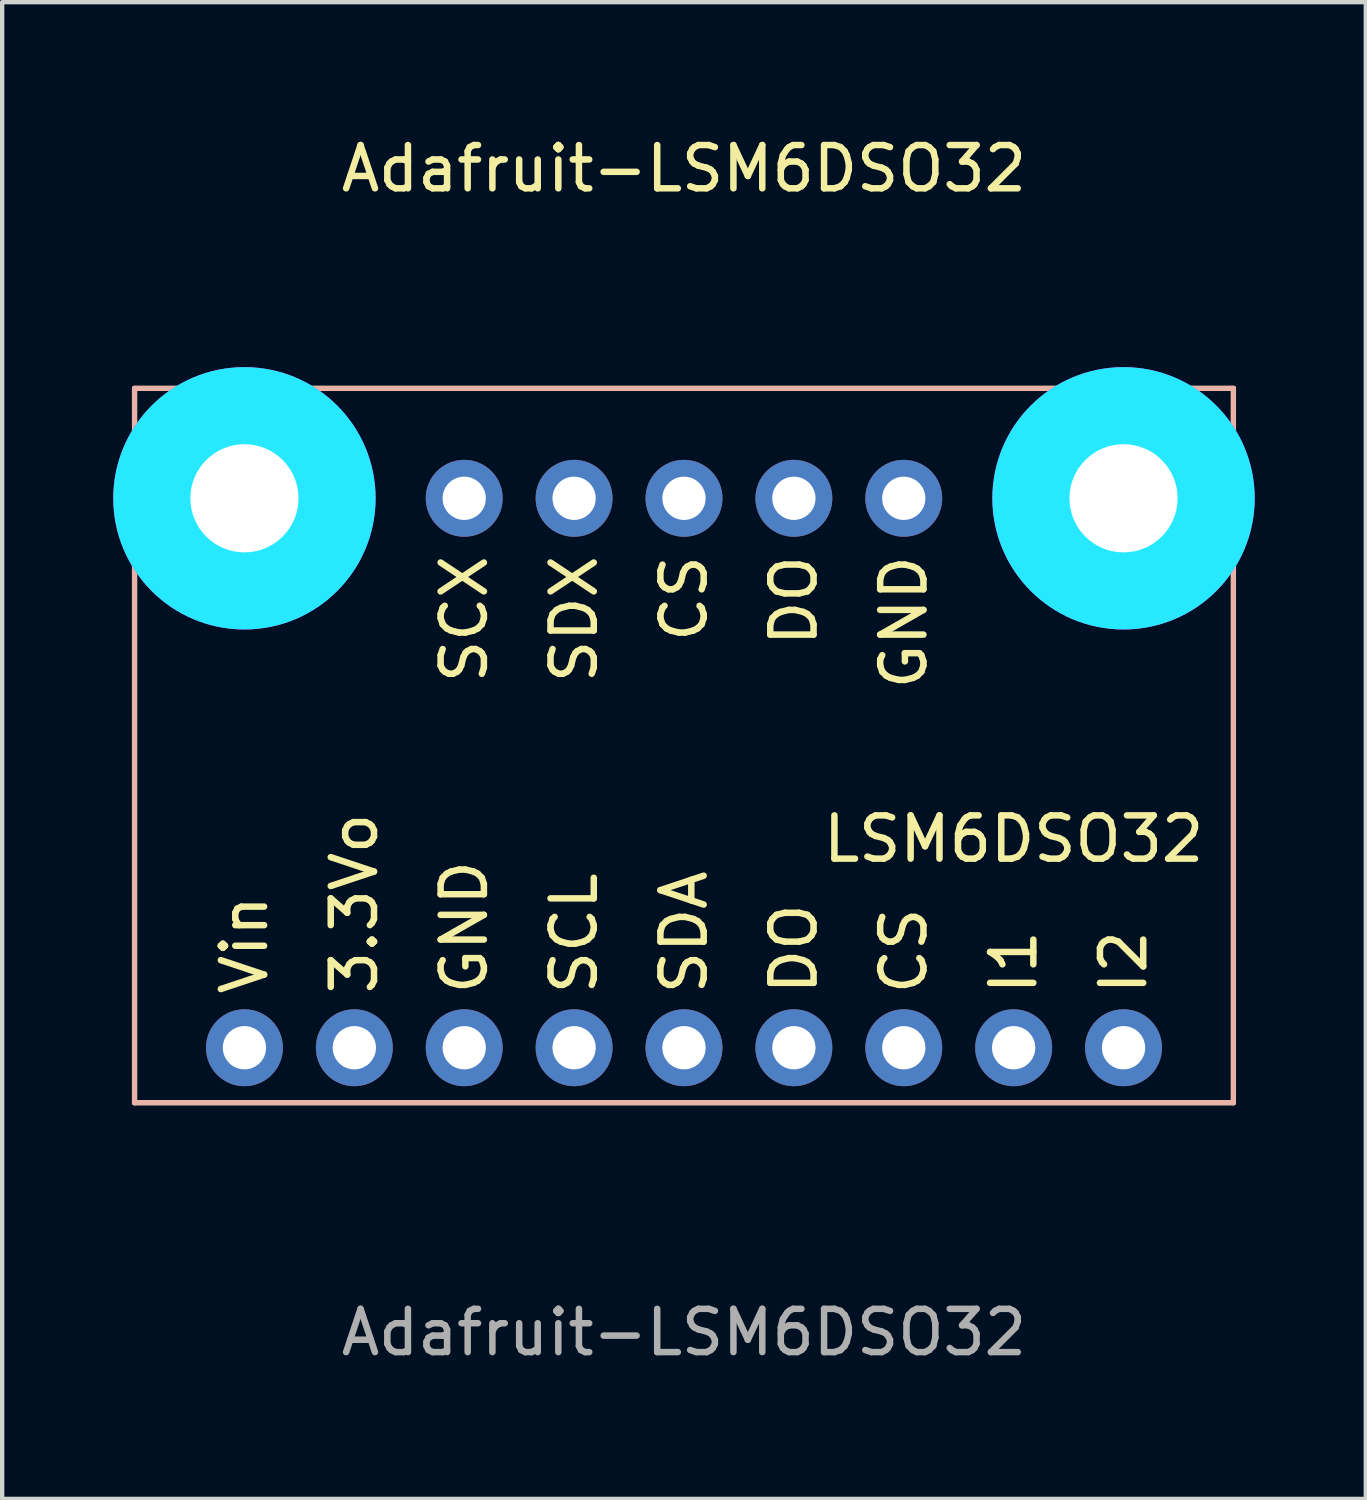
<source format=kicad_pcb>
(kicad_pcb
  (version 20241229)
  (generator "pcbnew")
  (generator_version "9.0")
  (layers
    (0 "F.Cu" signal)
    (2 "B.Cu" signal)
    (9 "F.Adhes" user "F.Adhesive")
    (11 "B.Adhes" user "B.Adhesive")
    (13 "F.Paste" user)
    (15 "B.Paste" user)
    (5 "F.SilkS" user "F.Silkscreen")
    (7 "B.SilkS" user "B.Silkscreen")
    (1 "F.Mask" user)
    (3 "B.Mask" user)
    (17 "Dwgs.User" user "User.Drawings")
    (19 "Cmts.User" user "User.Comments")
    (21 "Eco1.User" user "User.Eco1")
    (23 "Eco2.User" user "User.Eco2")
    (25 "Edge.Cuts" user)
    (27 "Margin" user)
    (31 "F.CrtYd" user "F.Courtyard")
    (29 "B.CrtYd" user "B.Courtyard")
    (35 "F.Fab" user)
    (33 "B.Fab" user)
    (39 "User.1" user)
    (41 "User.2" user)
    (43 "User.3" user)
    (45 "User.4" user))
  (footprint "Adafruit-LSM6DSO32"
    (layer "F.Cu")
    (at 12.76 14.818)
    (property "Reference" "Adafruit-LSM6DSO32" (at 0 -13.97 0) (unlocked yes) (layer "F.SilkS") (effects (font (size 1 1) (thickness 0.15))))
    (attr through_hole)
    (fp_line (start -12.7 -8.89) (end 12.7 -8.89) (stroke (width 0.12) (type solid)) (layer "F.SilkS"))
    (fp_line (start -12.7 7.62) (end -12.7 -8.89) (stroke (width 0.12) (type solid)) (layer "F.SilkS"))
    (fp_line (start 12.7 -8.89) (end 12.7 7.62) (stroke (width 0.12) (type solid)) (layer "F.SilkS"))
    (fp_line (start 12.7 7.62) (end -12.7 7.62) (stroke (width 0.12) (type solid)) (layer "F.SilkS"))
    (fp_circle (center -10.16 -6.35) (end -8.16 -6.35) (stroke (width 0.203) (type solid)) (fill no) (layer "F.SilkS"))
    (fp_circle (center 10.16 -6.35) (end 12.16 -6.35) (stroke (width 0.203) (type solid)) (fill no) (layer "F.SilkS"))
    (fp_line (start -12.7 -8.89) (end 12.7 -8.89) (stroke (width 0.12) (type solid)) (layer "B.SilkS"))
    (fp_line (start -12.7 7.62) (end -12.7 -8.89) (stroke (width 0.12) (type solid)) (layer "B.SilkS"))
    (fp_line (start 12.7 -8.89) (end 12.7 7.62) (stroke (width 0.12) (type solid)) (layer "B.SilkS"))
    (fp_line (start 12.7 7.62) (end -12.7 7.62) (stroke (width 0.12) (type solid)) (layer "B.SilkS"))
    (fp_circle (center -10.16 -6.35) (end -9.16 -6.35) (stroke (width 2.032) (type solid)) (fill no) (layer "B.CrtYd"))
    (fp_circle (center 10.16 -6.35) (end 11.16 -6.35) (stroke (width 2.032) (type solid)) (fill no) (layer "B.CrtYd"))
    (fp_circle (center -10.16 -6.35) (end -9.16 -6.35) (stroke (width 2.032) (type solid)) (fill no) (layer "F.CrtYd"))
    (fp_circle (center 10.16 -6.35) (end 11.16 -6.35) (stroke (width 2.032) (type solid)) (fill no) (layer "F.CrtYd"))
    (fp_text user "CS" (at 0 -4.032 90) (unlocked yes) (layer "F.SilkS") (effects (font (size 1 1) (thickness 0.15))))
    (fp_text user "Vin" (at -10.16 3.969 90) (unlocked yes) (layer "F.SilkS") (effects (font (size 1 1) (thickness 0.15))))
    (fp_text user "I2" (at 10.16 4.374 90) (unlocked yes) (layer "F.SilkS") (effects (font (size 1 1) (thickness 0.15))))
    (fp_text user "DO" (at 2.54 -3.985 90) (unlocked yes) (layer "F.SilkS") (effects (font (size 1 1) (thickness 0.15))))
    (fp_text user "SDA" (at 0 3.683 90) (unlocked yes) (layer "F.SilkS") (effects (font (size 1 1) (thickness 0.15))))
    (fp_text user "GND" (at -5.08 3.564 90) (unlocked yes) (layer "F.SilkS") (effects (font (size 1 1) (thickness 0.15))))
    (fp_text user "SDX" (at -2.54 -3.556 90) (unlocked yes) (layer "F.SilkS") (effects (font (size 1 1) (thickness 0.15))))
    (fp_text user "DO" (at 2.54 4.064 90) (unlocked yes) (layer "F.SilkS") (effects (font (size 1 1) (thickness 0.15))))
    (fp_text user "SCL" (at -2.54 3.707 90) (unlocked yes) (layer "F.SilkS") (effects (font (size 1 1) (thickness 0.15))))
    (fp_text user "GND" (at 5.08 -3.485 90) (unlocked yes) (layer "F.SilkS") (effects (font (size 1 1) (thickness 0.15))))
    (fp_text user "SCX" (at -5.08 -3.556 90) (unlocked yes) (layer "F.SilkS") (effects (font (size 1 1) (thickness 0.15))))
    (fp_text user "CS" (at 5.08 4.112 90) (unlocked yes) (layer "F.SilkS") (effects (font (size 1 1) (thickness 0.15))))
    (fp_text user "LSM6DSO32" (at 7.62 1.524 0) (unlocked yes) (layer "F.SilkS") (effects (font (size 1 1) (thickness 0.15))))
    (fp_text user "I1" (at 7.62 4.374 90) (unlocked yes) (layer "F.SilkS") (effects (font (size 1 1) (thickness 0.15))))
    (fp_text user "3.3Vo" (at -7.62 3.016 90) (unlocked yes) (layer "F.SilkS") (effects (font (size 1 1) (thickness 0.15))))
    (fp_text user "${REFERENCE}" (at 0 12.93 0) (unlocked yes) (layer "F.Fab") (effects (font (size 1 1) (thickness 0.15))))
    (pad "1" thru_hole circle (at -5.08 -6.35 270) (size 1.778 1.778) (drill 1) (layers "*.Cu" "*.Mask"))
    (pad "2" thru_hole circle (at -2.54 -6.35 270) (size 1.778 1.778) (drill 1) (layers "*.Cu" "*.Mask"))
    (pad "3" thru_hole circle (at 0 -6.35 270) (size 1.778 1.778) (drill 1) (layers "*.Cu" "*.Mask"))
    (pad "4" thru_hole circle (at 2.54 -6.35 270) (size 1.778 1.778) (drill 1) (layers "*.Cu" "*.Mask"))
    (pad "5" thru_hole circle (at 5.08 -6.35 270) (size 1.778 1.778) (drill 1) (layers "*.Cu" "*.Mask"))
    (pad "6" thru_hole circle (at -10.16 6.35 90) (size 1.778 1.778) (drill 1) (layers "*.Cu" "*.Mask"))
    (pad "7" thru_hole circle (at -7.62 6.35 90) (size 1.778 1.778) (drill 1) (layers "*.Cu" "*.Mask"))
    (pad "8" thru_hole circle (at -5.08 6.35 90) (size 1.778 1.778) (drill 1) (layers "*.Cu" "*.Mask"))
    (pad "9" thru_hole circle (at -2.54 6.35 90) (size 1.778 1.778) (drill 1) (layers "*.Cu" "*.Mask"))
    (pad "10" thru_hole circle (at 0 6.35 90) (size 1.778 1.778) (drill 1) (layers "*.Cu" "*.Mask"))
    (pad "11" thru_hole circle (at 2.54 6.35 90) (size 1.778 1.778) (drill 1) (layers "*.Cu" "*.Mask"))
    (pad "12" thru_hole circle (at 5.08 6.35 90) (size 1.778 1.778) (drill 1) (layers "*.Cu" "*.Mask"))
    (pad "13" thru_hole circle (at 7.62 6.35 90) (size 1.778 1.778) (drill 1) (layers "*.Cu" "*.Mask"))
    (pad "14" thru_hole circle (at 10.16 6.35 90) (size 1.778 1.778) (drill 1) (layers "*.Cu" "*.Mask"))
    (pad "P$1" thru_hole circle (at -10.16 -6.35) (size 3.2 3.2) (drill 2.5) (layers "*.Cu" "*.Mask"))
    (pad "P$1" thru_hole circle (at 10.16 -6.35) (size 3.2 3.2) (drill 2.5) (layers "*.Cu" "*.Mask"))
    (zone (net_name "") (layer "F.Cu") (hatch edge 0.508) (connect_pads) (min_thickness 0.254) (filled_areas_thickness no) (keepout (tracks not_allowed) (vias not_allowed) (pads not_allowed) (copperpour not_allowed) (footprints allowed)) (placement (enabled no)) (fill) (polygon (pts (xy 4.616 8.468) (xy 4.585 8.118) (xy 4.494 7.779) (xy 4.346 7.46) (xy 4.144 7.172) (xy 3.896 6.924) (xy 3.608 6.722) (xy 3.29 6.574) (xy 2.95 6.483) (xy 2.6 6.452) (xy 2.25 6.483) (xy 1.91 6.574) (xy 1.592 6.722) (xy 1.304 6.924) (xy 1.056 7.172) (xy 0.854 7.46) (xy 0.706 7.779) (xy 0.615 8.118) (xy 0.584 8.468) (xy 0.615 8.818) (xy 0.706 9.158) (xy 0.854 9.476) (xy 1.056 9.764) (xy 1.304 10.013) (xy 1.592 10.214) (xy 1.91 10.363) (xy 2.25 10.454) (xy 2.6 10.484) (xy 2.95 10.454) (xy 3.29 10.363) (xy 3.608 10.214) (xy 3.896 10.013) (xy 4.144 9.764) (xy 4.346 9.476) (xy 4.494 9.158) (xy 4.585 8.818))) (polygon (pts (xy 2.584 8.468) (xy 2.584 8.471) (xy 2.585 8.474) (xy 2.586 8.476) (xy 2.588 8.479) (xy 2.59 8.481) (xy 2.592 8.482) (xy 2.595 8.483) (xy 2.597 8.484) (xy 2.6 8.484) (xy 2.603 8.484) (xy 2.605 8.483) (xy 2.608 8.482) (xy 2.61 8.481) (xy 2.612 8.479) (xy 2.614 8.476) (xy 2.615 8.474) (xy 2.616 8.471) (xy 2.616 8.468) (xy 2.616 8.465) (xy 2.615 8.463) (xy 2.614 8.46) (xy 2.612 8.458) (xy 2.61 8.456) (xy 2.608 8.454) (xy 2.605 8.453) (xy 2.603 8.452) (xy 2.6 8.452) (xy 2.597 8.452) (xy 2.595 8.453) (xy 2.592 8.454) (xy 2.59 8.456) (xy 2.588 8.458) (xy 2.586 8.46) (xy 2.585 8.463) (xy 2.584 8.465))))
    (zone (net_name "") (layer "F.Cu") (hatch edge 0.508) (connect_pads) (min_thickness 0.254) (filled_areas_thickness no) (keepout (tracks not_allowed) (vias not_allowed) (pads not_allowed) (copperpour not_allowed) (footprints allowed)) (placement (enabled no)) (fill) (polygon (pts (xy 24.936 8.468) (xy 24.905 8.118) (xy 24.814 7.779) (xy 24.666 7.46) (xy 24.464 7.172) (xy 24.216 6.924) (xy 23.928 6.722) (xy 23.61 6.574) (xy 23.27 6.483) (xy 22.92 6.452) (xy 22.57 6.483) (xy 22.23 6.574) (xy 21.912 6.722) (xy 21.624 6.924) (xy 21.376 7.172) (xy 21.174 7.46) (xy 21.026 7.779) (xy 20.935 8.118) (xy 20.904 8.468) (xy 20.935 8.818) (xy 21.026 9.158) (xy 21.174 9.476) (xy 21.376 9.764) (xy 21.624 10.013) (xy 21.912 10.214) (xy 22.23 10.363) (xy 22.57 10.454) (xy 22.92 10.484) (xy 23.27 10.454) (xy 23.61 10.363) (xy 23.928 10.214) (xy 24.216 10.013) (xy 24.464 9.764) (xy 24.666 9.476) (xy 24.814 9.158) (xy 24.905 8.818))) (polygon (pts (xy 22.904 8.468) (xy 22.904 8.471) (xy 22.905 8.474) (xy 22.906 8.476) (xy 22.908 8.479) (xy 22.91 8.481) (xy 22.912 8.482) (xy 22.915 8.483) (xy 22.917 8.484) (xy 22.92 8.484) (xy 22.923 8.484) (xy 22.925 8.483) (xy 22.928 8.482) (xy 22.93 8.481) (xy 22.932 8.479) (xy 22.934 8.476) (xy 22.935 8.474) (xy 22.936 8.471) (xy 22.936 8.468) (xy 22.936 8.465) (xy 22.935 8.463) (xy 22.934 8.46) (xy 22.932 8.458) (xy 22.93 8.456) (xy 22.928 8.454) (xy 22.925 8.453) (xy 22.923 8.452) (xy 22.92 8.452) (xy 22.917 8.452) (xy 22.915 8.453) (xy 22.912 8.454) (xy 22.91 8.456) (xy 22.908 8.458) (xy 22.906 8.46) (xy 22.905 8.463) (xy 22.904 8.465))))
    (zone (net_name "") (layer "B.Cu") (hatch edge 0.508) (connect_pads) (min_thickness 0.254) (filled_areas_thickness no) (keepout (tracks not_allowed) (vias not_allowed) (pads not_allowed) (copperpour not_allowed) (footprints allowed)) (placement (enabled no)) (fill) (polygon (pts (xy 4.616 8.468) (xy 4.585 8.118) (xy 4.494 7.779) (xy 4.346 7.46) (xy 4.144 7.172) (xy 3.896 6.924) (xy 3.608 6.722) (xy 3.29 6.574) (xy 2.95 6.483) (xy 2.6 6.452) (xy 2.25 6.483) (xy 1.91 6.574) (xy 1.592 6.722) (xy 1.304 6.924) (xy 1.056 7.172) (xy 0.854 7.46) (xy 0.706 7.779) (xy 0.615 8.118) (xy 0.584 8.468) (xy 0.615 8.818) (xy 0.706 9.158) (xy 0.854 9.476) (xy 1.056 9.764) (xy 1.304 10.013) (xy 1.592 10.214) (xy 1.91 10.363) (xy 2.25 10.454) (xy 2.6 10.484) (xy 2.95 10.454) (xy 3.29 10.363) (xy 3.608 10.214) (xy 3.896 10.013) (xy 4.144 9.764) (xy 4.346 9.476) (xy 4.494 9.158) (xy 4.585 8.818))) (polygon (pts (xy 2.584 8.468) (xy 2.584 8.471) (xy 2.585 8.474) (xy 2.586 8.476) (xy 2.588 8.479) (xy 2.59 8.481) (xy 2.592 8.482) (xy 2.595 8.483) (xy 2.597 8.484) (xy 2.6 8.484) (xy 2.603 8.484) (xy 2.605 8.483) (xy 2.608 8.482) (xy 2.61 8.481) (xy 2.612 8.479) (xy 2.614 8.476) (xy 2.615 8.474) (xy 2.616 8.471) (xy 2.616 8.468) (xy 2.616 8.465) (xy 2.615 8.463) (xy 2.614 8.46) (xy 2.612 8.458) (xy 2.61 8.456) (xy 2.608 8.454) (xy 2.605 8.453) (xy 2.603 8.452) (xy 2.6 8.452) (xy 2.597 8.452) (xy 2.595 8.453) (xy 2.592 8.454) (xy 2.59 8.456) (xy 2.588 8.458) (xy 2.586 8.46) (xy 2.585 8.463) (xy 2.584 8.465))))
    (zone (net_name "") (layer "B.Cu") (hatch edge 0.508) (connect_pads) (min_thickness 0.254) (filled_areas_thickness no) (keepout (tracks not_allowed) (vias not_allowed) (pads not_allowed) (copperpour not_allowed) (footprints allowed)) (placement (enabled no)) (fill) (polygon (pts (xy 24.936 8.468) (xy 24.905 8.118) (xy 24.814 7.779) (xy 24.666 7.46) (xy 24.464 7.172) (xy 24.216 6.924) (xy 23.928 6.722) (xy 23.61 6.574) (xy 23.27 6.483) (xy 22.92 6.452) (xy 22.57 6.483) (xy 22.23 6.574) (xy 21.912 6.722) (xy 21.624 6.924) (xy 21.376 7.172) (xy 21.174 7.46) (xy 21.026 7.779) (xy 20.935 8.118) (xy 20.904 8.468) (xy 20.935 8.818) (xy 21.026 9.158) (xy 21.174 9.476) (xy 21.376 9.764) (xy 21.624 10.013) (xy 21.912 10.214) (xy 22.23 10.363) (xy 22.57 10.454) (xy 22.92 10.484) (xy 23.27 10.454) (xy 23.61 10.363) (xy 23.928 10.214) (xy 24.216 10.013) (xy 24.464 9.764) (xy 24.666 9.476) (xy 24.814 9.158) (xy 24.905 8.818))) (polygon (pts (xy 22.904 8.468) (xy 22.904 8.471) (xy 22.905 8.474) (xy 22.906 8.476) (xy 22.908 8.479) (xy 22.91 8.481) (xy 22.912 8.482) (xy 22.915 8.483) (xy 22.917 8.484) (xy 22.92 8.484) (xy 22.923 8.484) (xy 22.925 8.483) (xy 22.928 8.482) (xy 22.93 8.481) (xy 22.932 8.479) (xy 22.934 8.476) (xy 22.935 8.474) (xy 22.936 8.471) (xy 22.936 8.468) (xy 22.936 8.465) (xy 22.935 8.463) (xy 22.934 8.46) (xy 22.932 8.458) (xy 22.93 8.456) (xy 22.928 8.454) (xy 22.925 8.453) (xy 22.923 8.452) (xy 22.92 8.452) (xy 22.917 8.452) (xy 22.915 8.453) (xy 22.912 8.454) (xy 22.91 8.456) (xy 22.908 8.458) (xy 22.906 8.46) (xy 22.905 8.463) (xy 22.904 8.465)))))
  (gr_rect
    (start -3 -3)
    (end 28.52 31.596)
    (stroke (width 0.1) (type default))
    (fill no)
    (layer "Edge.Cuts")))
</source>
